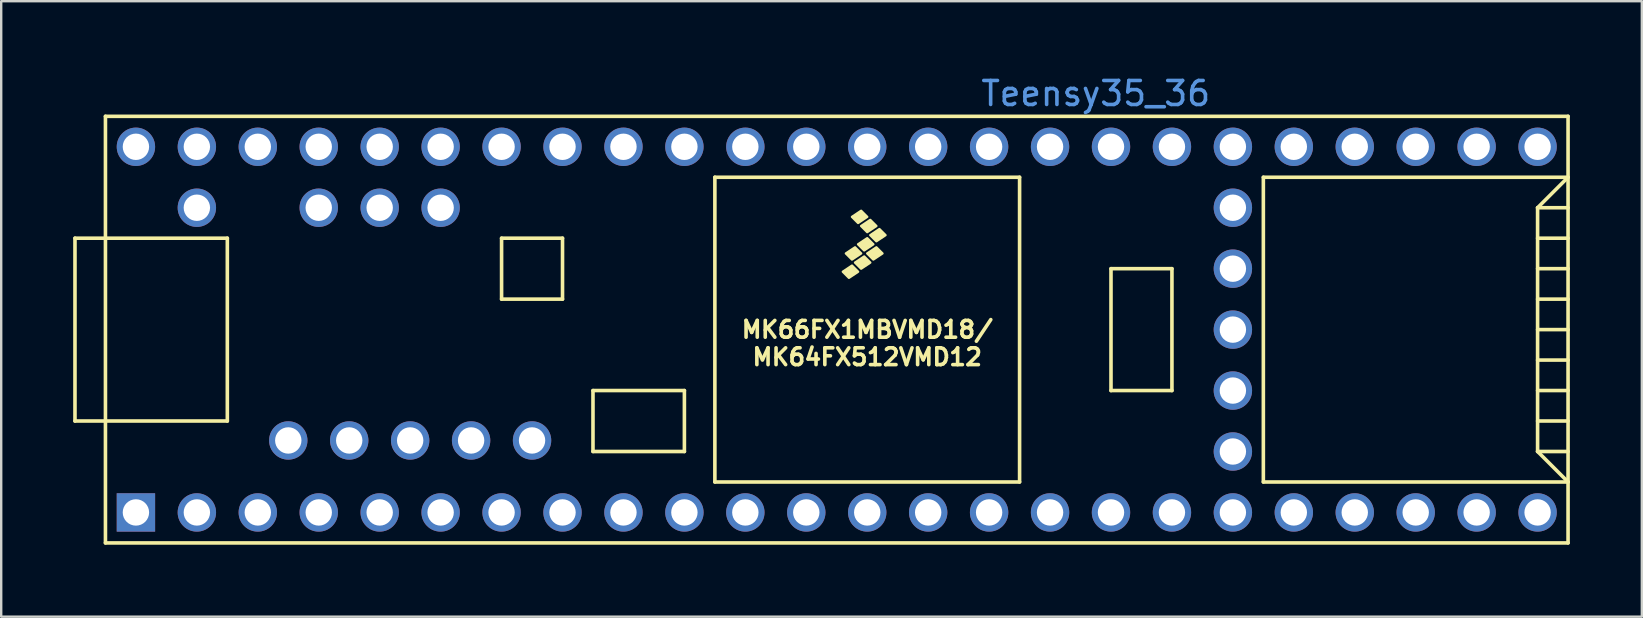
<source format=kicad_pcb>
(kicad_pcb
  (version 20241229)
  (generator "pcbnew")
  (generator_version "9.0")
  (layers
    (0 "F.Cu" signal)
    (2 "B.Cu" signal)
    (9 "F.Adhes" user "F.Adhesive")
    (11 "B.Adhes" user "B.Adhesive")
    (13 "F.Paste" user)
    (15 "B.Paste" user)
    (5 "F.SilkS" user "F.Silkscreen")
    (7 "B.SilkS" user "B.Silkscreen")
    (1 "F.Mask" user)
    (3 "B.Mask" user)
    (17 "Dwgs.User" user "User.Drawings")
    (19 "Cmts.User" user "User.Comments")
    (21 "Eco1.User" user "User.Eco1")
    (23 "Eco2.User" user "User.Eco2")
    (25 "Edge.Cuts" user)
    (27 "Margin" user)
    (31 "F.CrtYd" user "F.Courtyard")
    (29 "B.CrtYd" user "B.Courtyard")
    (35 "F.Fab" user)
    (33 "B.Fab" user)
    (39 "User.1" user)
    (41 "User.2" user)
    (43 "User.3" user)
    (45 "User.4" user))
  (footprint "Teensy35_36"
    (layer "F.Cu")
    (at 31.825 10.688)
    (property "Reference" "Teensy35_36" (at 10.795 -9.84 180) (layer "Cmts.User") (effects (font (size 1 1) (thickness 0.15))))
    (attr through_hole)
    (fp_line (start -31.75 -3.81) (end -30.48 -3.81) (stroke (width 0.15) (type solid)) (layer "F.SilkS"))
    (fp_line (start -31.75 3.81) (end -31.75 -3.81) (stroke (width 0.15) (type solid)) (layer "F.SilkS"))
    (fp_line (start -30.48 3.81) (end -31.75 3.81) (stroke (width 0.15) (type solid)) (layer "F.SilkS"))
    (fp_line (start -30.48 8.89) (end -30.48 -8.89) (stroke (width 0.15) (type solid)) (layer "F.SilkS"))
    (fp_line (start -30.48 8.89) (end 30.48 8.89) (stroke (width 0.15) (type solid)) (layer "F.SilkS"))
    (fp_line (start -25.4 -3.81) (end -30.48 -3.81) (stroke (width 0.15) (type solid)) (layer "F.SilkS"))
    (fp_line (start -25.4 3.81) (end -30.48 3.81) (stroke (width 0.15) (type solid)) (layer "F.SilkS"))
    (fp_line (start -25.4 3.81) (end -25.4 -3.81) (stroke (width 0.15) (type solid)) (layer "F.SilkS"))
    (fp_line (start -13.97 -3.81) (end -13.97 -1.27) (stroke (width 0.15) (type solid)) (layer "F.SilkS"))
    (fp_line (start -13.97 -1.27) (end -11.43 -1.27) (stroke (width 0.15) (type solid)) (layer "F.SilkS"))
    (fp_line (start -11.43 -3.81) (end -13.97 -3.81) (stroke (width 0.15) (type solid)) (layer "F.SilkS"))
    (fp_line (start -11.43 -1.27) (end -11.43 -3.81) (stroke (width 0.15) (type solid)) (layer "F.SilkS"))
    (fp_line (start -10.16 2.54) (end -6.35 2.54) (stroke (width 0.15) (type solid)) (layer "F.SilkS"))
    (fp_line (start -10.16 5.08) (end -10.16 2.54) (stroke (width 0.15) (type solid)) (layer "F.SilkS"))
    (fp_line (start -6.35 2.54) (end -6.35 5.08) (stroke (width 0.15) (type solid)) (layer "F.SilkS"))
    (fp_line (start -6.35 5.08) (end -10.16 5.08) (stroke (width 0.15) (type solid)) (layer "F.SilkS"))
    (fp_line (start -5.08 -6.35) (end -5.08 6.35) (stroke (width 0.15) (type solid)) (layer "F.SilkS"))
    (fp_line (start -5.08 -6.35) (end 7.62 -6.35) (stroke (width 0.15) (type solid)) (layer "F.SilkS"))
    (fp_line (start -5.08 6.35) (end 7.62 6.35) (stroke (width 0.15) (type solid)) (layer "F.SilkS"))
    (fp_line (start 7.62 6.35) (end 7.62 -6.35) (stroke (width 0.15) (type solid)) (layer "F.SilkS"))
    (fp_line (start 11.43 -2.54) (end 13.97 -2.54) (stroke (width 0.15) (type solid)) (layer "F.SilkS"))
    (fp_line (start 11.43 2.54) (end 11.43 -2.54) (stroke (width 0.15) (type solid)) (layer "F.SilkS"))
    (fp_line (start 13.97 -2.54) (end 13.97 2.54) (stroke (width 0.15) (type solid)) (layer "F.SilkS"))
    (fp_line (start 13.97 2.54) (end 11.43 2.54) (stroke (width 0.15) (type solid)) (layer "F.SilkS"))
    (fp_line (start 17.78 -6.35) (end 17.78 6.35) (stroke (width 0.15) (type solid)) (layer "F.SilkS"))
    (fp_line (start 17.78 6.35) (end 30.48 6.35) (stroke (width 0.15) (type solid)) (layer "F.SilkS"))
    (fp_line (start 29.21 -5.08) (end 30.48 -6.35) (stroke (width 0.15) (type solid)) (layer "F.SilkS"))
    (fp_line (start 29.21 -5.08) (end 30.48 -5.08) (stroke (width 0.15) (type solid)) (layer "F.SilkS"))
    (fp_line (start 29.21 -3.81) (end 30.48 -3.81) (stroke (width 0.15) (type solid)) (layer "F.SilkS"))
    (fp_line (start 29.21 -2.54) (end 30.48 -2.54) (stroke (width 0.15) (type solid)) (layer "F.SilkS"))
    (fp_line (start 29.21 -1.27) (end 30.48 -1.27) (stroke (width 0.15) (type solid)) (layer "F.SilkS"))
    (fp_line (start 29.21 0) (end 30.48 0) (stroke (width 0.15) (type solid)) (layer "F.SilkS"))
    (fp_line (start 29.21 1.27) (end 30.48 1.27) (stroke (width 0.15) (type solid)) (layer "F.SilkS"))
    (fp_line (start 29.21 2.54) (end 30.48 2.54) (stroke (width 0.15) (type solid)) (layer "F.SilkS"))
    (fp_line (start 29.21 3.81) (end 30.48 3.81) (stroke (width 0.15) (type solid)) (layer "F.SilkS"))
    (fp_line (start 29.21 5.08) (end 29.21 -5.08) (stroke (width 0.15) (type solid)) (layer "F.SilkS"))
    (fp_line (start 29.21 5.08) (end 30.48 5.08) (stroke (width 0.15) (type solid)) (layer "F.SilkS"))
    (fp_line (start 30.48 -8.89) (end -30.48 -8.89) (stroke (width 0.15) (type solid)) (layer "F.SilkS"))
    (fp_line (start 30.48 -8.89) (end 30.48 8.89) (stroke (width 0.15) (type solid)) (layer "F.SilkS"))
    (fp_line (start 30.48 -6.35) (end 17.78 -6.35) (stroke (width 0.15) (type solid)) (layer "F.SilkS"))
    (fp_line (start 30.48 6.35) (end 29.21 5.08) (stroke (width 0.15) (type solid)) (layer "F.SilkS"))
    (fp_poly (pts (xy 0.635 -2.667) (xy 0.889 -2.413) (xy 0.508 -2.159) (xy 0.254 -2.413)) (stroke (width 0.1) (type solid)) (fill yes) (layer "F.SilkS"))
    (fp_poly (pts (xy 0.762 -3.429) (xy 1.016 -3.175) (xy 0.635 -2.921) (xy 0.381 -3.175)) (stroke (width 0.1) (type solid)) (fill yes) (layer "F.SilkS"))
    (fp_poly (pts (xy 1.016 -4.953) (xy 1.27 -4.699) (xy 0.889 -4.445) (xy 0.635 -4.699)) (stroke (width 0.1) (type solid)) (fill yes) (layer "F.SilkS"))
    (fp_poly (pts (xy 1.143 -3.048) (xy 1.397 -2.794) (xy 1.016 -2.54) (xy 0.762 -2.794)) (stroke (width 0.1) (type solid)) (fill yes) (layer "F.SilkS"))
    (fp_poly (pts (xy 1.27 -3.81) (xy 1.524 -3.556) (xy 1.143 -3.302) (xy 0.889 -3.556)) (stroke (width 0.1) (type solid)) (fill yes) (layer "F.SilkS"))
    (fp_poly (pts (xy 1.397 -4.572) (xy 1.651 -4.318) (xy 1.27 -4.064) (xy 1.016 -4.318)) (stroke (width 0.1) (type solid)) (fill yes) (layer "F.SilkS"))
    (fp_poly (pts (xy 1.651 -3.429) (xy 1.905 -3.175) (xy 1.524 -2.921) (xy 1.27 -3.175)) (stroke (width 0.1) (type solid)) (fill yes) (layer "F.SilkS"))
    (fp_poly (pts (xy 1.778 -4.191) (xy 2.032 -3.937) (xy 1.651 -3.683) (xy 1.397 -3.937)) (stroke (width 0.1) (type solid)) (fill yes) (layer "F.SilkS"))
    (fp_text user "MK64FX512VMD12" (at 1.27 1.143 180) (layer "F.SilkS") (effects (font (size 0.7 0.7) (thickness 0.15))))
    (fp_text user "MK66FX1MBVMD18/" (at 1.27 0 180) (layer "F.SilkS") (effects (font (size 0.7 0.7) (thickness 0.15))))
    (pad "1" thru_hole rect (at -29.21 7.62) (size 1.6 1.6) (drill 1.1) (layers "*.Cu" "*.Mask"))
    (pad "2" thru_hole circle (at -26.67 7.62) (size 1.6 1.6) (drill 1.1) (layers "*.Cu" "*.Mask"))
    (pad "3" thru_hole circle (at -24.13 7.62) (size 1.6 1.6) (drill 1.1) (layers "*.Cu" "*.Mask"))
    (pad "4" thru_hole circle (at -21.59 7.62) (size 1.6 1.6) (drill 1.1) (layers "*.Cu" "*.Mask"))
    (pad "5" thru_hole circle (at -19.05 7.62) (size 1.6 1.6) (drill 1.1) (layers "*.Cu" "*.Mask"))
    (pad "6" thru_hole circle (at -16.51 7.62) (size 1.6 1.6) (drill 1.1) (layers "*.Cu" "*.Mask"))
    (pad "7" thru_hole circle (at -13.97 7.62) (size 1.6 1.6) (drill 1.1) (layers "*.Cu" "*.Mask"))
    (pad "8" thru_hole circle (at -11.43 7.62) (size 1.6 1.6) (drill 1.1) (layers "*.Cu" "*.Mask"))
    (pad "9" thru_hole circle (at -8.89 7.62) (size 1.6 1.6) (drill 1.1) (layers "*.Cu" "*.Mask"))
    (pad "10" thru_hole circle (at -6.35 7.62) (size 1.6 1.6) (drill 1.1) (layers "*.Cu" "*.Mask"))
    (pad "11" thru_hole circle (at -3.81 7.62) (size 1.6 1.6) (drill 1.1) (layers "*.Cu" "*.Mask"))
    (pad "12" thru_hole circle (at -1.27 7.62) (size 1.6 1.6) (drill 1.1) (layers "*.Cu" "*.Mask"))
    (pad "13" thru_hole circle (at 1.27 7.62) (size 1.6 1.6) (drill 1.1) (layers "*.Cu" "*.Mask"))
    (pad "14" thru_hole circle (at 3.81 7.62) (size 1.6 1.6) (drill 1.1) (layers "*.Cu" "*.Mask"))
    (pad "15" thru_hole circle (at 6.35 7.62) (size 1.6 1.6) (drill 1.1) (layers "*.Cu" "*.Mask"))
    (pad "16" thru_hole circle (at 8.89 7.62) (size 1.6 1.6) (drill 1.1) (layers "*.Cu" "*.Mask"))
    (pad "17" thru_hole circle (at 11.43 7.62) (size 1.6 1.6) (drill 1.1) (layers "*.Cu" "*.Mask"))
    (pad "18" thru_hole circle (at 13.97 7.62) (size 1.6 1.6) (drill 1.1) (layers "*.Cu" "*.Mask"))
    (pad "19" thru_hole circle (at 16.51 7.62) (size 1.6 1.6) (drill 1.1) (layers "*.Cu" "*.Mask"))
    (pad "20" thru_hole circle (at 19.05 7.62) (size 1.6 1.6) (drill 1.1) (layers "*.Cu" "*.Mask"))
    (pad "21" thru_hole circle (at 21.59 7.62) (size 1.6 1.6) (drill 1.1) (layers "*.Cu" "*.Mask"))
    (pad "22" thru_hole circle (at 24.13 7.62) (size 1.6 1.6) (drill 1.1) (layers "*.Cu" "*.Mask"))
    (pad "23" thru_hole circle (at 26.67 7.62) (size 1.6 1.6) (drill 1.1) (layers "*.Cu" "*.Mask"))
    (pad "24" thru_hole circle (at 29.21 7.62) (size 1.6 1.6) (drill 1.1) (layers "*.Cu" "*.Mask"))
    (pad "25" thru_hole circle (at 16.51 5.08) (size 1.6 1.6) (drill 1.1) (layers "*.Cu" "*.Mask"))
    (pad "26" thru_hole circle (at 16.51 2.54) (size 1.6 1.6) (drill 1.1) (layers "*.Cu" "*.Mask"))
    (pad "27" thru_hole circle (at 16.51 0) (size 1.6 1.6) (drill 1.1) (layers "*.Cu" "*.Mask"))
    (pad "28" thru_hole circle (at 16.51 -2.54) (size 1.6 1.6) (drill 1.1) (layers "*.Cu" "*.Mask"))
    (pad "29" thru_hole circle (at 16.51 -5.08) (size 1.6 1.6) (drill 1.1) (layers "*.Cu" "*.Mask"))
    (pad "30" thru_hole circle (at 29.21 -7.62) (size 1.6 1.6) (drill 1.1) (layers "*.Cu" "*.Mask"))
    (pad "31" thru_hole circle (at 26.67 -7.62) (size 1.6 1.6) (drill 1.1) (layers "*.Cu" "*.Mask"))
    (pad "32" thru_hole circle (at 24.13 -7.62) (size 1.6 1.6) (drill 1.1) (layers "*.Cu" "*.Mask"))
    (pad "33" thru_hole circle (at 21.59 -7.62) (size 1.6 1.6) (drill 1.1) (layers "*.Cu" "*.Mask"))
    (pad "34" thru_hole circle (at 19.05 -7.62) (size 1.6 1.6) (drill 1.1) (layers "*.Cu" "*.Mask"))
    (pad "35" thru_hole circle (at 16.51 -7.62) (size 1.6 1.6) (drill 1.1) (layers "*.Cu" "*.Mask"))
    (pad "36" thru_hole circle (at 13.97 -7.62) (size 1.6 1.6) (drill 1.1) (layers "*.Cu" "*.Mask"))
    (pad "37" thru_hole circle (at 11.43 -7.62) (size 1.6 1.6) (drill 1.1) (layers "*.Cu" "*.Mask"))
    (pad "38" thru_hole circle (at 8.89 -7.62) (size 1.6 1.6) (drill 1.1) (layers "*.Cu" "*.Mask"))
    (pad "39" thru_hole circle (at 6.35 -7.62) (size 1.6 1.6) (drill 1.1) (layers "*.Cu" "*.Mask"))
    (pad "40" thru_hole circle (at 3.81 -7.62) (size 1.6 1.6) (drill 1.1) (layers "*.Cu" "*.Mask"))
    (pad "41" thru_hole circle (at 1.27 -7.62) (size 1.6 1.6) (drill 1.1) (layers "*.Cu" "*.Mask"))
    (pad "42" thru_hole circle (at -1.27 -7.62) (size 1.6 1.6) (drill 1.1) (layers "*.Cu" "*.Mask"))
    (pad "43" thru_hole circle (at -3.81 -7.62) (size 1.6 1.6) (drill 1.1) (layers "*.Cu" "*.Mask"))
    (pad "44" thru_hole circle (at -6.35 -7.62) (size 1.6 1.6) (drill 1.1) (layers "*.Cu" "*.Mask"))
    (pad "45" thru_hole circle (at -8.89 -7.62) (size 1.6 1.6) (drill 1.1) (layers "*.Cu" "*.Mask"))
    (pad "46" thru_hole circle (at -11.43 -7.62) (size 1.6 1.6) (drill 1.1) (layers "*.Cu" "*.Mask"))
    (pad "47" thru_hole circle (at -13.97 -7.62) (size 1.6 1.6) (drill 1.1) (layers "*.Cu" "*.Mask"))
    (pad "48" thru_hole circle (at -16.51 -7.62) (size 1.6 1.6) (drill 1.1) (layers "*.Cu" "*.Mask"))
    (pad "49" thru_hole circle (at -19.05 -7.62) (size 1.6 1.6) (drill 1.1) (layers "*.Cu" "*.Mask"))
    (pad "50" thru_hole circle (at -21.59 -7.62) (size 1.6 1.6) (drill 1.1) (layers "*.Cu" "*.Mask"))
    (pad "51" thru_hole circle (at -24.13 -7.62) (size 1.6 1.6) (drill 1.1) (layers "*.Cu" "*.Mask"))
    (pad "52" thru_hole circle (at -26.67 -7.62) (size 1.6 1.6) (drill 1.1) (layers "*.Cu" "*.Mask"))
    (pad "53" thru_hole circle (at -29.21 -7.62) (size 1.6 1.6) (drill 1.1) (layers "*.Cu" "*.Mask"))
    (pad "54" thru_hole circle (at -26.67 -5.08) (size 1.6 1.6) (drill 1.1) (layers "*.Cu" "*.Mask"))
    (pad "55" thru_hole circle (at -21.59 -5.08) (size 1.6 1.6) (drill 1.1) (layers "*.Cu" "*.Mask"))
    (pad "56" thru_hole circle (at -19.05 -5.08) (size 1.6 1.6) (drill 1.1) (layers "*.Cu" "*.Mask"))
    (pad "57" thru_hole circle (at -16.51 -5.08) (size 1.6 1.6) (drill 1.1) (layers "*.Cu" "*.Mask"))
    (pad "58" thru_hole circle (at -22.86 4.62) (size 1.6 1.6) (drill 1.1) (layers "*.Cu" "*.Mask"))
    (pad "59" thru_hole circle (at -20.32 4.62) (size 1.6 1.6) (drill 1.1) (layers "*.Cu" "*.Mask"))
    (pad "60" thru_hole circle (at -17.78 4.62) (size 1.6 1.6) (drill 1.1) (layers "*.Cu" "*.Mask"))
    (pad "61" thru_hole circle (at -15.24 4.62) (size 1.6 1.6) (drill 1.1) (layers "*.Cu" "*.Mask"))
    (pad "62" thru_hole circle (at -12.7 4.62) (size 1.6 1.6) (drill 1.1) (layers "*.Cu" "*.Mask")))
  (gr_rect
    (start -3 -3)
    (end 65.38 22.653)
    (stroke (width 0.1) (type default))
    (fill no)
    (layer "Edge.Cuts")))
</source>
